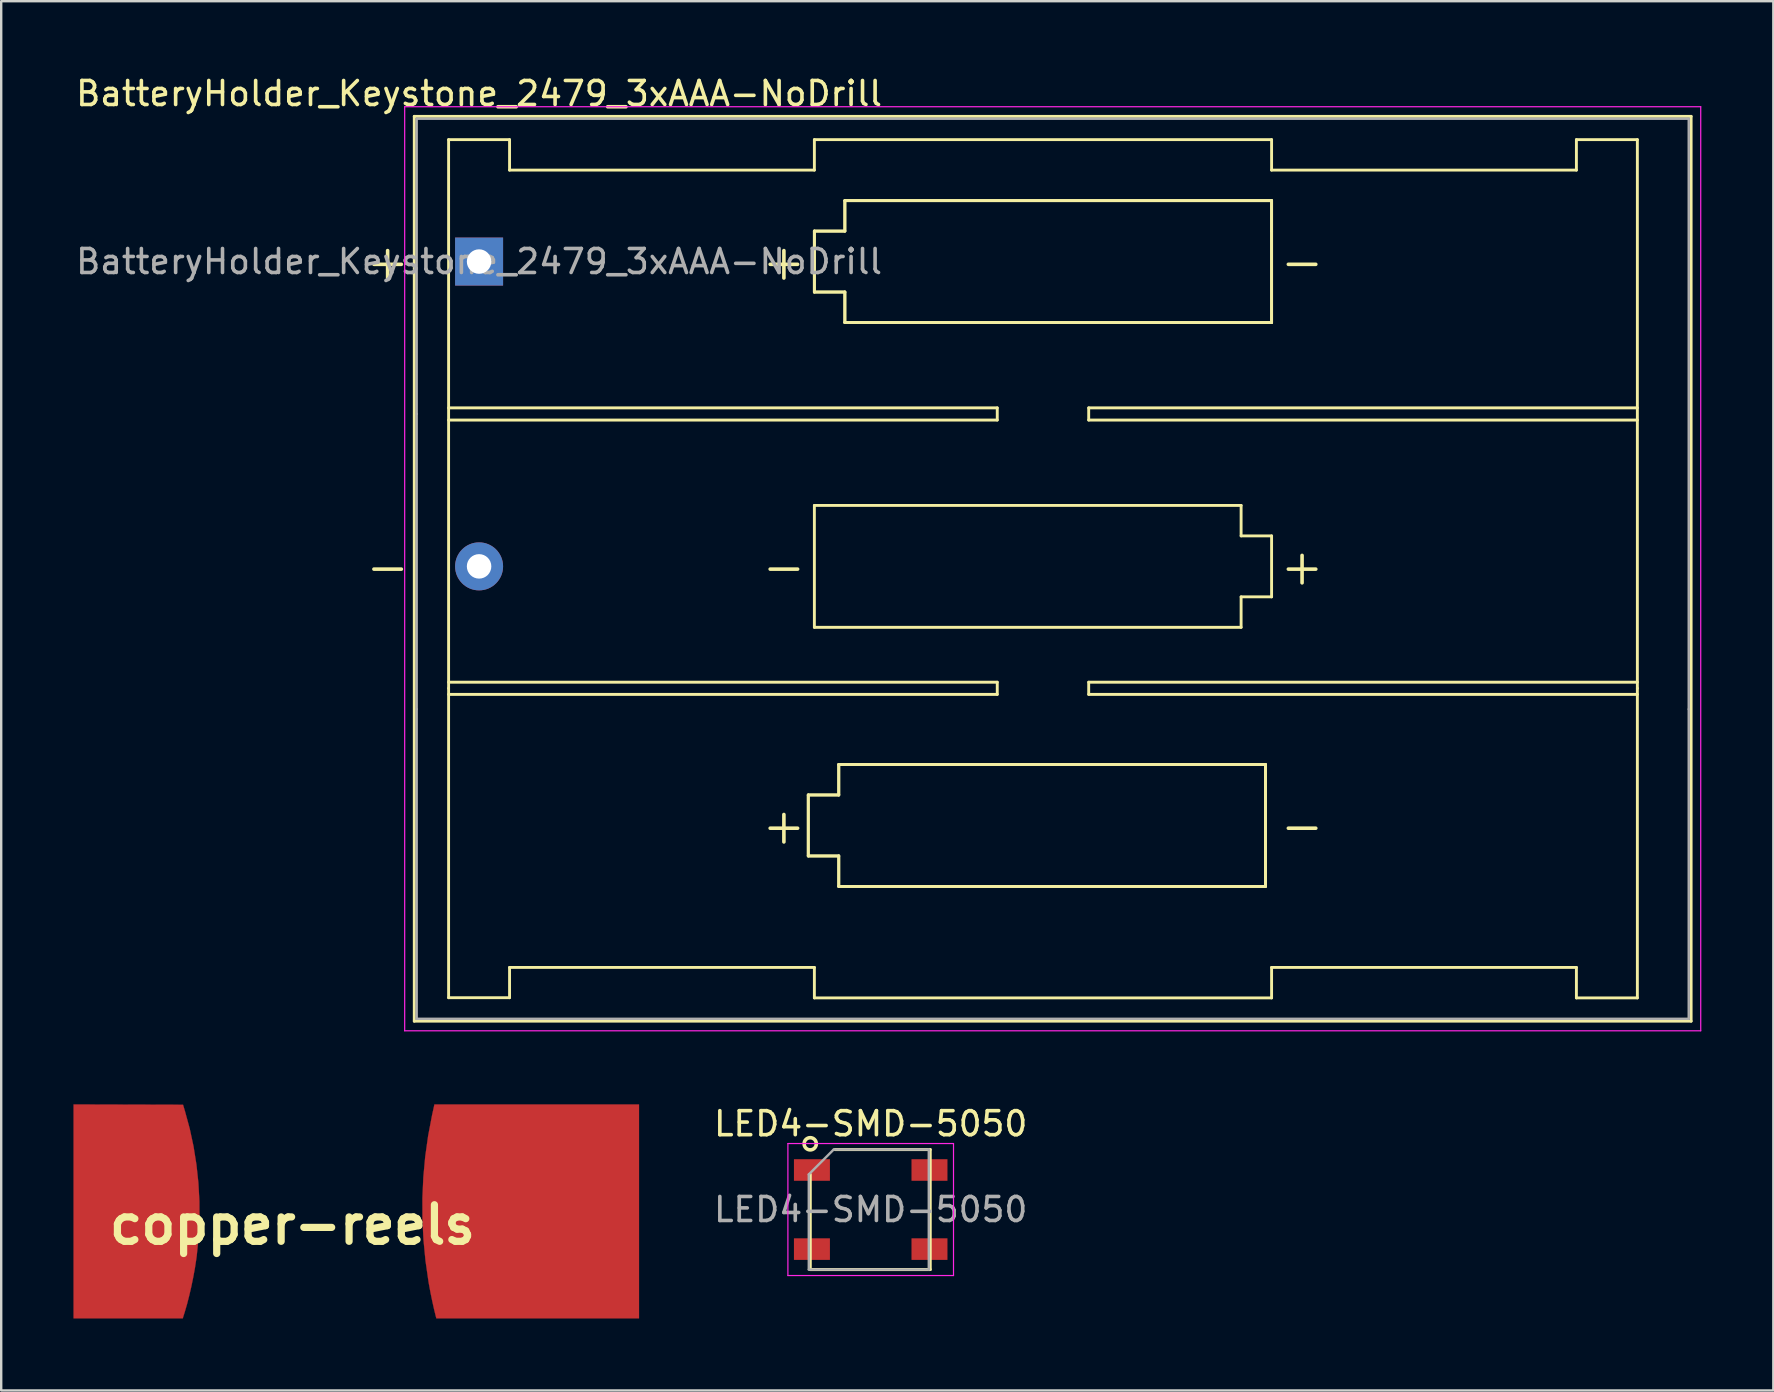
<source format=kicad_pcb>
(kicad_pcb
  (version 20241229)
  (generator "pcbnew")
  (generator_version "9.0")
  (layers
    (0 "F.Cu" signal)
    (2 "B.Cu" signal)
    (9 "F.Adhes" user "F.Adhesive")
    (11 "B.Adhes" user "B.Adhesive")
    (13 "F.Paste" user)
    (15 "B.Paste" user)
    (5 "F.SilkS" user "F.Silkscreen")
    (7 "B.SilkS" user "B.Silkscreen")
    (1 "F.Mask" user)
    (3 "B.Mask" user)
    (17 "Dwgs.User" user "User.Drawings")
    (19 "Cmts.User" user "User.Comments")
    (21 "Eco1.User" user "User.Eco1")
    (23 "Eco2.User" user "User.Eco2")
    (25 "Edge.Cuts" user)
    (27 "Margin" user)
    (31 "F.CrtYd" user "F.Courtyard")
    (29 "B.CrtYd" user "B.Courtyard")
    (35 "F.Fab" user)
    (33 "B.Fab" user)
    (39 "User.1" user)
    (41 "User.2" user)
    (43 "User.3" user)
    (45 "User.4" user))
  (footprint "copper-reels"
    (layer "F.Cu")
    (at 9.136 47.98)
    (property "Reference" "copper-reels" (at 0 0 0) (layer "F.SilkS") (effects (font (size 1.524 1.524) (thickness 0.3))))
    (attr through_hole)
    (fp_poly (pts (xy 14.438 3.898) (xy 5.994 3.898) (xy 5.973 3.819) (xy 5.899 3.518) (xy 5.825 3.187) (xy 5.754 2.843) (xy 5.69 2.497) (xy 5.666 2.362) (xy 5.542 1.496) (xy 5.459 0.626) (xy 5.416 -0.246) (xy 5.414 -1.117) (xy 5.453 -1.986) (xy 5.532 -2.849) (xy 5.652 -3.705) (xy 5.813 -4.551) (xy 5.827 -4.616) (xy 5.914 -5.013) (xy 14.438 -5.013) (xy 14.438 3.898)) (stroke (width 0.01) (type solid)) (fill yes) (layer "F.Cu"))
    (fp_poly (pts (xy -4.561 -5.002) (xy -4.481 -4.737) (xy -4.282 -4.008) (xy -4.122 -3.264) (xy -4.002 -2.509) (xy -3.92 -1.747) (xy -3.878 -0.98) (xy -3.876 -0.211) (xy -3.914 0.556) (xy -3.992 1.317) (xy -4.011 1.454) (xy -4.066 1.812) (xy -4.135 2.187) (xy -4.213 2.567) (xy -4.299 2.94) (xy -4.39 3.295) (xy -4.484 3.62) (xy -4.494 3.652) (xy -4.571 3.898) (xy -9.12 3.898) (xy -9.12 -5.013) (xy -4.561 -5.002)) (stroke (width 0.01) (type solid)) (fill yes) (layer "F.Cu"))
    (fp_poly (pts (xy 14.435 3.859) (xy 5.991 3.859) (xy 5.97 3.78) (xy 5.895 3.478) (xy 5.821 3.148) (xy 5.751 2.803) (xy 5.686 2.458) (xy 5.663 2.323) (xy 5.539 1.457) (xy 5.455 0.587) (xy 5.413 -0.285) (xy 5.411 -1.157) (xy 5.45 -2.025) (xy 5.529 -2.888) (xy 5.649 -3.744) (xy 5.81 -4.59) (xy 5.824 -4.655) (xy 5.911 -5.052) (xy 14.435 -5.052) (xy 14.435 3.859)) (stroke (width 0.01) (type solid)) (fill yes) (layer "F.Mask"))
    (fp_poly (pts (xy -4.571 -5.022) (xy -4.491 -4.757) (xy -4.293 -4.028) (xy -4.133 -3.284) (xy -4.013 -2.529) (xy -3.931 -1.767) (xy -3.889 -0.999) (xy -3.887 -0.231) (xy -3.925 0.536) (xy -4.003 1.298) (xy -4.022 1.434) (xy -4.077 1.793) (xy -4.145 2.167) (xy -4.224 2.547) (xy -4.31 2.92) (xy -4.401 3.275) (xy -4.495 3.6) (xy -4.505 3.632) (xy -4.582 3.879) (xy -9.131 3.879) (xy -9.131 -5.033) (xy -4.571 -5.022)) (stroke (width 0.01) (type solid)) (fill yes) (layer "F.Mask")))
  (footprint "LED4-SMD-5050"
    (layer "F.Cu")
    (at 33.228 47.346)
    (property "Reference" "LED4-SMD-5050" (at 0 -3.575 0) (layer "F.SilkS") (effects (font (size 1 1) (thickness 0.15))))
    (attr smd)
    (fp_line (start -2.519 2.499) (end -2.519 -1.463) (stroke (width 0.127) (type solid)) (layer "F.SilkS"))
    (fp_line (start -1.483 -2.499) (end 2.479 -2.499) (stroke (width 0.127) (type solid)) (layer "F.SilkS"))
    (fp_line (start 2.479 -2.499) (end 2.479 2.499) (stroke (width 0.127) (type solid)) (layer "F.SilkS"))
    (fp_line (start 2.479 2.499) (end -2.519 2.499) (stroke (width 0.127) (type solid)) (layer "F.SilkS"))
    (fp_circle (center -2.52 -2.74) (end -2.266 -2.74) (stroke (width 0.15) (type solid)) (fill no) (layer "F.SilkS"))
    (fp_line (start -3.45 -2.75) (end 3.45 -2.75) (stroke (width 0.05) (type solid)) (layer "F.CrtYd"))
    (fp_line (start -3.45 2.75) (end -3.45 -2.75) (stroke (width 0.05) (type solid)) (layer "F.CrtYd"))
    (fp_line (start 3.45 -2.75) (end 3.45 2.75) (stroke (width 0.05) (type solid)) (layer "F.CrtYd"))
    (fp_line (start 3.45 2.75) (end -3.45 2.75) (stroke (width 0.05) (type solid)) (layer "F.CrtYd"))
    (fp_line (start -2.58 -1.463) (end -1.543 -2.5) (stroke (width 0.1) (type solid)) (layer "F.Fab"))
    (fp_line (start -2.58 2.5) (end -2.58 -1.462) (stroke (width 0.1) (type solid)) (layer "F.Fab"))
    (fp_line (start -1.542 -2.5) (end 2.42 -2.5) (stroke (width 0.1) (type solid)) (layer "F.Fab"))
    (fp_line (start 2.42 -2.5) (end 2.42 2.5) (stroke (width 0.1) (type solid)) (layer "F.Fab"))
    (fp_line (start 2.42 2.5) (end -2.58 2.5) (stroke (width 0.1) (type solid)) (layer "F.Fab"))
    (fp_text user "${REFERENCE}" (at 0 0 0) (layer "F.Fab") (effects (font (size 1 1) (thickness 0.15))))
    (pad "1" smd rect (at -2.449 -1.648 90) (size 0.899 1.499) (layers "F.Cu" "F.Mask" "F.Paste"))
    (pad "2" smd rect (at -2.449 1.648 90) (size 0.899 1.499) (layers "F.Cu" "F.Mask" "F.Paste"))
    (pad "3" smd rect (at 2.449 1.648 90) (size 0.899 1.499) (layers "F.Cu" "F.Mask" "F.Paste"))
    (pad "4" smd rect (at 2.449 -1.648 90) (size 0.899 1.499) (layers "F.Cu" "F.Mask" "F.Paste")))
  (footprint "BatteryHolder_Keystone_2479_3xAAA-NoDrill"
    (layer "F.Cu")
    (at 16.911 7.848)
    (property "Reference" "BatteryHolder_Keystone_2479_3xAAA-NoDrill" (at 0 -7 180) (layer "F.SilkS") (effects (font (size 1 1) (thickness 0.15))))
    (attr through_hole)
    (fp_line (start -2.7 -6.05) (end -2.7 31.65) (stroke (width 0.12) (type solid)) (layer "F.SilkS"))
    (fp_line (start -2.7 31.65) (end 50.5 31.65) (stroke (width 0.12) (type solid)) (layer "F.SilkS"))
    (fp_line (start -1.27 -5.08) (end -1.27 17.78) (stroke (width 0.12) (type solid)) (layer "F.SilkS"))
    (fp_line (start -1.27 6.096) (end 21.59 6.096) (stroke (width 0.12) (type solid)) (layer "F.SilkS"))
    (fp_line (start -1.27 17.526) (end 21.59 17.526) (stroke (width 0.12) (type solid)) (layer "F.SilkS"))
    (fp_line (start -1.27 17.78) (end -1.27 30.671) (stroke (width 0.12) (type solid)) (layer "F.SilkS"))
    (fp_line (start -1.27 30.671) (end 1.27 30.671) (stroke (width 0.12) (type solid)) (layer "F.SilkS"))
    (fp_line (start 1.27 -5.08) (end -1.27 -5.08) (stroke (width 0.12) (type solid)) (layer "F.SilkS"))
    (fp_line (start 1.27 -3.81) (end 1.27 -5.08) (stroke (width 0.12) (type solid)) (layer "F.SilkS"))
    (fp_line (start 1.27 -3.81) (end 13.97 -3.81) (stroke (width 0.12) (type solid)) (layer "F.SilkS"))
    (fp_line (start 1.27 29.41) (end 13.97 29.41) (stroke (width 0.12) (type solid)) (layer "F.SilkS"))
    (fp_line (start 1.27 30.671) (end 1.27 29.41) (stroke (width 0.12) (type solid)) (layer "F.SilkS"))
    (fp_line (start 13.716 22.225) (end 14.986 22.225) (stroke (width 0.12) (type solid)) (layer "F.SilkS"))
    (fp_line (start 13.716 22.225) (end 14.986 22.225) (stroke (width 0.12) (type solid)) (layer "F.SilkS"))
    (fp_line (start 13.716 24.765) (end 13.716 22.225) (stroke (width 0.12) (type solid)) (layer "F.SilkS"))
    (fp_line (start 13.716 24.765) (end 13.716 22.225) (stroke (width 0.12) (type solid)) (layer "F.SilkS"))
    (fp_line (start 13.97 -5.08) (end 13.97 -3.81) (stroke (width 0.12) (type solid)) (layer "F.SilkS"))
    (fp_line (start 13.97 -1.27) (end 15.24 -1.27) (stroke (width 0.12) (type solid)) (layer "F.SilkS"))
    (fp_line (start 13.97 -1.27) (end 15.24 -1.27) (stroke (width 0.12) (type solid)) (layer "F.SilkS"))
    (fp_line (start 13.97 1.27) (end 13.97 -1.27) (stroke (width 0.12) (type solid)) (layer "F.SilkS"))
    (fp_line (start 13.97 1.27) (end 13.97 -1.27) (stroke (width 0.12) (type solid)) (layer "F.SilkS"))
    (fp_line (start 13.97 10.16) (end 31.75 10.16) (stroke (width 0.12) (type solid)) (layer "F.SilkS"))
    (fp_line (start 13.97 15.24) (end 13.97 10.16) (stroke (width 0.12) (type solid)) (layer "F.SilkS"))
    (fp_line (start 13.97 29.41) (end 13.97 30.68) (stroke (width 0.12) (type solid)) (layer "F.SilkS"))
    (fp_line (start 13.97 30.68) (end 33.02 30.68) (stroke (width 0.12) (type solid)) (layer "F.SilkS"))
    (fp_line (start 14.986 20.955) (end 32.766 20.955) (stroke (width 0.12) (type solid)) (layer "F.SilkS"))
    (fp_line (start 14.986 20.955) (end 32.766 20.955) (stroke (width 0.12) (type solid)) (layer "F.SilkS"))
    (fp_line (start 14.986 22.225) (end 14.986 20.955) (stroke (width 0.12) (type solid)) (layer "F.SilkS"))
    (fp_line (start 14.986 22.225) (end 14.986 20.955) (stroke (width 0.12) (type solid)) (layer "F.SilkS"))
    (fp_line (start 14.986 24.765) (end 13.716 24.765) (stroke (width 0.12) (type solid)) (layer "F.SilkS"))
    (fp_line (start 14.986 24.765) (end 13.716 24.765) (stroke (width 0.12) (type solid)) (layer "F.SilkS"))
    (fp_line (start 14.986 26.035) (end 14.986 24.765) (stroke (width 0.12) (type solid)) (layer "F.SilkS"))
    (fp_line (start 14.986 26.035) (end 14.986 24.765) (stroke (width 0.12) (type solid)) (layer "F.SilkS"))
    (fp_line (start 15.24 -2.54) (end 33.02 -2.54) (stroke (width 0.12) (type solid)) (layer "F.SilkS"))
    (fp_line (start 15.24 -2.54) (end 33.02 -2.54) (stroke (width 0.12) (type solid)) (layer "F.SilkS"))
    (fp_line (start 15.24 -1.27) (end 15.24 -2.54) (stroke (width 0.12) (type solid)) (layer "F.SilkS"))
    (fp_line (start 15.24 -1.27) (end 15.24 -2.54) (stroke (width 0.12) (type solid)) (layer "F.SilkS"))
    (fp_line (start 15.24 1.27) (end 13.97 1.27) (stroke (width 0.12) (type solid)) (layer "F.SilkS"))
    (fp_line (start 15.24 1.27) (end 13.97 1.27) (stroke (width 0.12) (type solid)) (layer "F.SilkS"))
    (fp_line (start 15.24 2.54) (end 15.24 1.27) (stroke (width 0.12) (type solid)) (layer "F.SilkS"))
    (fp_line (start 15.24 2.54) (end 15.24 1.27) (stroke (width 0.12) (type solid)) (layer "F.SilkS"))
    (fp_line (start 21.59 6.096) (end 21.59 6.604) (stroke (width 0.12) (type solid)) (layer "F.SilkS"))
    (fp_line (start 21.59 6.604) (end -1.27 6.604) (stroke (width 0.12) (type solid)) (layer "F.SilkS"))
    (fp_line (start 21.59 17.526) (end 21.59 18.034) (stroke (width 0.12) (type solid)) (layer "F.SilkS"))
    (fp_line (start 21.59 18.034) (end -1.27 18.034) (stroke (width 0.12) (type solid)) (layer "F.SilkS"))
    (fp_line (start 25.4 6.096) (end 25.4 6.604) (stroke (width 0.12) (type solid)) (layer "F.SilkS"))
    (fp_line (start 25.4 6.604) (end 48.26 6.604) (stroke (width 0.12) (type solid)) (layer "F.SilkS"))
    (fp_line (start 25.4 17.526) (end 25.4 18.034) (stroke (width 0.12) (type solid)) (layer "F.SilkS"))
    (fp_line (start 25.4 18.034) (end 48.26 18.034) (stroke (width 0.12) (type solid)) (layer "F.SilkS"))
    (fp_line (start 31.75 10.16) (end 31.75 11.43) (stroke (width 0.12) (type solid)) (layer "F.SilkS"))
    (fp_line (start 31.75 11.43) (end 33.02 11.43) (stroke (width 0.12) (type solid)) (layer "F.SilkS"))
    (fp_line (start 31.75 13.97) (end 31.75 15.24) (stroke (width 0.12) (type solid)) (layer "F.SilkS"))
    (fp_line (start 31.75 15.24) (end 13.97 15.24) (stroke (width 0.12) (type solid)) (layer "F.SilkS"))
    (fp_line (start 32.766 20.955) (end 32.766 22.225) (stroke (width 0.12) (type solid)) (layer "F.SilkS"))
    (fp_line (start 32.766 20.955) (end 32.766 22.225) (stroke (width 0.12) (type solid)) (layer "F.SilkS"))
    (fp_line (start 32.766 22.225) (end 32.766 26.035) (stroke (width 0.12) (type solid)) (layer "F.SilkS"))
    (fp_line (start 32.766 22.225) (end 32.766 26.035) (stroke (width 0.12) (type solid)) (layer "F.SilkS"))
    (fp_line (start 32.766 26.035) (end 14.986 26.035) (stroke (width 0.12) (type solid)) (layer "F.SilkS"))
    (fp_line (start 32.766 26.035) (end 14.986 26.035) (stroke (width 0.12) (type solid)) (layer "F.SilkS"))
    (fp_line (start 33.02 -5.08) (end 13.97 -5.08) (stroke (width 0.12) (type solid)) (layer "F.SilkS"))
    (fp_line (start 33.02 -3.81) (end 33.02 -5.08) (stroke (width 0.12) (type solid)) (layer "F.SilkS"))
    (fp_line (start 33.02 -2.54) (end 33.02 -1.27) (stroke (width 0.12) (type solid)) (layer "F.SilkS"))
    (fp_line (start 33.02 -2.54) (end 33.02 -1.27) (stroke (width 0.12) (type solid)) (layer "F.SilkS"))
    (fp_line (start 33.02 -1.27) (end 33.02 2.54) (stroke (width 0.12) (type solid)) (layer "F.SilkS"))
    (fp_line (start 33.02 -1.27) (end 33.02 2.54) (stroke (width 0.12) (type solid)) (layer "F.SilkS"))
    (fp_line (start 33.02 2.54) (end 15.24 2.54) (stroke (width 0.12) (type solid)) (layer "F.SilkS"))
    (fp_line (start 33.02 2.54) (end 15.24 2.54) (stroke (width 0.12) (type solid)) (layer "F.SilkS"))
    (fp_line (start 33.02 11.43) (end 33.02 13.97) (stroke (width 0.12) (type solid)) (layer "F.SilkS"))
    (fp_line (start 33.02 13.97) (end 31.75 13.97) (stroke (width 0.12) (type solid)) (layer "F.SilkS"))
    (fp_line (start 33.02 30.68) (end 33.02 29.41) (stroke (width 0.12) (type solid)) (layer "F.SilkS"))
    (fp_line (start 45.72 -5.08) (end 45.72 -3.81) (stroke (width 0.12) (type solid)) (layer "F.SilkS"))
    (fp_line (start 45.72 -3.81) (end 33.02 -3.81) (stroke (width 0.12) (type solid)) (layer "F.SilkS"))
    (fp_line (start 45.72 29.41) (end 33.02 29.41) (stroke (width 0.12) (type solid)) (layer "F.SilkS"))
    (fp_line (start 45.72 30.68) (end 45.72 29.41) (stroke (width 0.12) (type solid)) (layer "F.SilkS"))
    (fp_line (start 48.26 -5.08) (end 45.72 -5.08) (stroke (width 0.12) (type solid)) (layer "F.SilkS"))
    (fp_line (start 48.26 -5.08) (end 48.26 17.78) (stroke (width 0.12) (type solid)) (layer "F.SilkS"))
    (fp_line (start 48.26 6.096) (end 25.4 6.096) (stroke (width 0.12) (type solid)) (layer "F.SilkS"))
    (fp_line (start 48.26 17.526) (end 25.4 17.526) (stroke (width 0.12) (type solid)) (layer "F.SilkS"))
    (fp_line (start 48.26 17.78) (end 48.26 30.68) (stroke (width 0.12) (type solid)) (layer "F.SilkS"))
    (fp_line (start 48.26 30.68) (end 45.72 30.68) (stroke (width 0.12) (type solid)) (layer "F.SilkS"))
    (fp_line (start 50.5 -6.05) (end -2.7 -6.05) (stroke (width 0.12) (type solid)) (layer "F.SilkS"))
    (fp_line (start 50.5 31.65) (end 50.5 -6.05) (stroke (width 0.12) (type solid)) (layer "F.SilkS"))
    (fp_line (start -3.1 -6.45) (end 50.9 -6.45) (stroke (width 0.05) (type solid)) (layer "F.CrtYd"))
    (fp_line (start -3.1 32.05) (end -3.1 -6.45) (stroke (width 0.05) (type solid)) (layer "F.CrtYd"))
    (fp_line (start 50.9 -6.45) (end 50.9 32.05) (stroke (width 0.05) (type solid)) (layer "F.CrtYd"))
    (fp_line (start 50.9 32.05) (end -3.1 32.05) (stroke (width 0.05) (type solid)) (layer "F.CrtYd"))
    (fp_line (start -2.6 -5.95) (end 50.4 -5.95) (stroke (width 0.1) (type solid)) (layer "F.Fab"))
    (fp_line (start -2.6 6.35) (end -2.6 -5.95) (stroke (width 0.1) (type solid)) (layer "F.Fab"))
    (fp_line (start -2.6 18.65) (end -2.6 6.35) (stroke (width 0.1) (type solid)) (layer "F.Fab"))
    (fp_line (start -2.6 18.65) (end -2.6 31.55) (stroke (width 0.1) (type solid)) (layer "F.Fab"))
    (fp_line (start -2.6 31.55) (end 50.4 31.55) (stroke (width 0.1) (type solid)) (layer "F.Fab"))
    (fp_line (start 50.4 18.65) (end 50.4 -5.95) (stroke (width 0.1) (type solid)) (layer "F.Fab"))
    (fp_line (start 50.4 18.65) (end 50.4 31.55) (stroke (width 0.1) (type solid)) (layer "F.Fab"))
    (fp_text user "-" (at 34.29 23.495 0) (layer "F.SilkS") (effects (font (size 1.5 1.5) (thickness 0.15))))
    (fp_text user "+" (at 34.29 12.7 0) (layer "F.SilkS") (effects (font (size 1.5 1.5) (thickness 0.15))))
    (fp_text user "+" (at 12.7 0 0) (layer "F.SilkS") (effects (font (size 1.5 1.5) (thickness 0.15))))
    (fp_text user "-" (at 12.7 12.7 0) (layer "F.SilkS") (effects (font (size 1.5 1.5) (thickness 0.15))))
    (fp_text user "+" (at 12.7 23.495 0) (layer "F.SilkS") (effects (font (size 1.5 1.5) (thickness 0.15))))
    (fp_text user "+" (at -3.81 0 0) (layer "F.SilkS") (effects (font (size 1.5 1.5) (thickness 0.15))))
    (fp_text user "-" (at 34.29 0 0) (layer "F.SilkS") (effects (font (size 1.5 1.5) (thickness 0.15))))
    (fp_text user "-" (at -3.81 12.7 0) (layer "F.SilkS") (effects (font (size 1.5 1.5) (thickness 0.15))))
    (fp_text user "${REFERENCE}" (at 0 0 0) (layer "F.Fab") (effects (font (size 1 1) (thickness 0.15))))
    (pad "1" thru_hole rect (at 0 0) (size 2 2) (drill 1.02) (layers "*.Cu" "*.Mask"))
    (pad "2" thru_hole circle (at 0 12.7) (size 2 2) (drill 1.02) (layers "*.Cu" "*.Mask")))
  (gr_rect
    (start -3 -3)
    (end 70.836 54.884)
    (stroke (width 0.1) (type default))
    (fill no)
    (layer "Edge.Cuts")))
</source>
